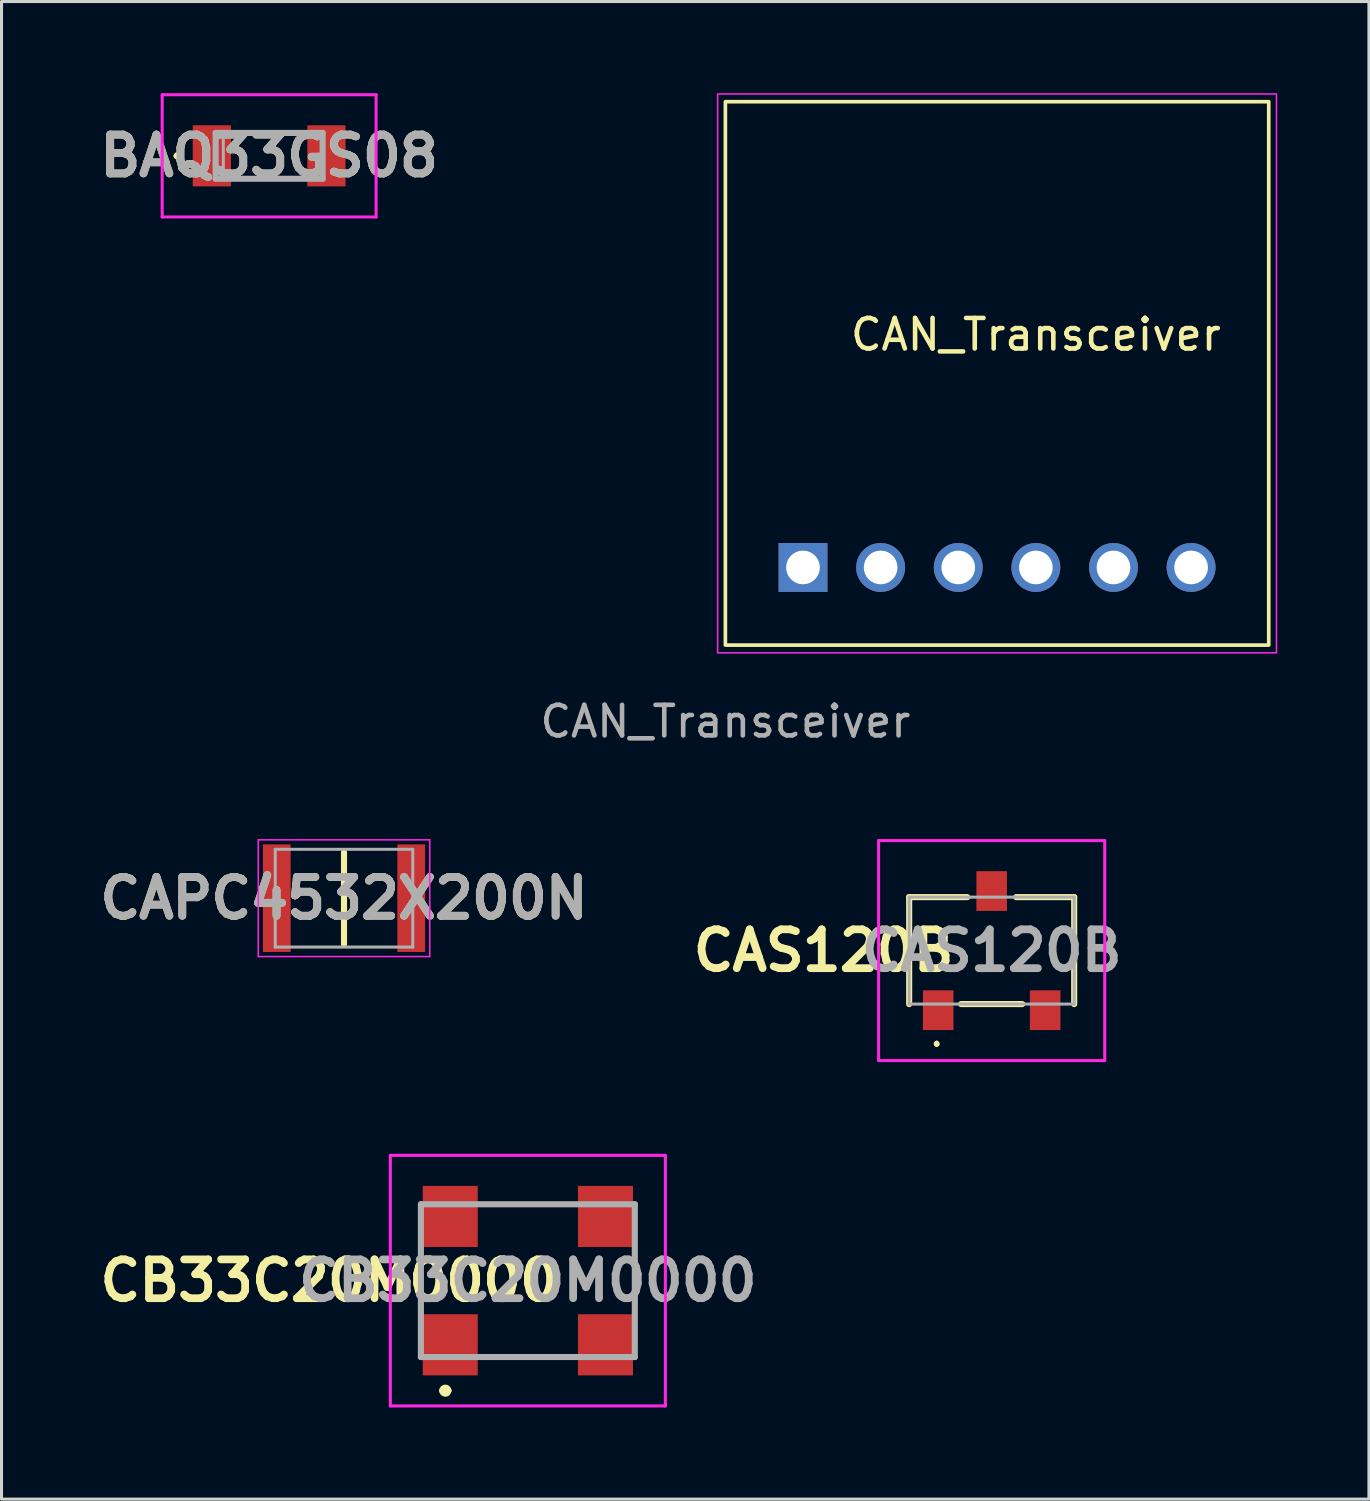
<source format=kicad_pcb>
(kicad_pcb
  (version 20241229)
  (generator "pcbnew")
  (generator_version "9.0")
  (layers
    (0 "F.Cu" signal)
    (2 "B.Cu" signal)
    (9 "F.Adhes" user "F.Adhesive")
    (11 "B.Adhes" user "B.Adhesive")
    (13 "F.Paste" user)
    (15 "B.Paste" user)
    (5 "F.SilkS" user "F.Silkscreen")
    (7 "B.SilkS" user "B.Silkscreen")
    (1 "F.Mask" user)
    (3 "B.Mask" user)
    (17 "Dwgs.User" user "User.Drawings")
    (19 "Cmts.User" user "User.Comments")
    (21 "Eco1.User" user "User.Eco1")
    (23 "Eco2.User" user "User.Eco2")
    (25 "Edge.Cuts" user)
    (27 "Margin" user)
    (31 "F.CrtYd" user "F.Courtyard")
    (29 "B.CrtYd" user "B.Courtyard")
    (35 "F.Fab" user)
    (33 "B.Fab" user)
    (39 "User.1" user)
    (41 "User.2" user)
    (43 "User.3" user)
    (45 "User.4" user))
  (footprint "CAPC4532X200N"
    (layer "F.Cu")
    (at 8.207 26.342)
    (property "Reference" "CAPC4532X200N" (at 0 0 0) (layer "F.SilkS") (effects (font (size 1.27 1.27) (thickness 0.254))))
    (attr smd)
    (fp_line (start 0 -1.5) (end 0 1.5) (stroke (width 0.2) (type solid)) (layer "F.SilkS"))
    (fp_line (start -2.805 -1.91) (end 2.805 -1.91) (stroke (width 0.05) (type solid)) (layer "F.CrtYd"))
    (fp_line (start -2.805 1.91) (end -2.805 -1.91) (stroke (width 0.05) (type solid)) (layer "F.CrtYd"))
    (fp_line (start 2.805 -1.91) (end 2.805 1.91) (stroke (width 0.05) (type solid)) (layer "F.CrtYd"))
    (fp_line (start 2.805 1.91) (end -2.805 1.91) (stroke (width 0.05) (type solid)) (layer "F.CrtYd"))
    (fp_line (start -2.25 -1.6) (end 2.25 -1.6) (stroke (width 0.1) (type solid)) (layer "F.Fab"))
    (fp_line (start -2.25 1.6) (end -2.25 -1.6) (stroke (width 0.1) (type solid)) (layer "F.Fab"))
    (fp_line (start 2.25 -1.6) (end 2.25 1.6) (stroke (width 0.1) (type solid)) (layer "F.Fab"))
    (fp_line (start 2.25 1.6) (end -2.25 1.6) (stroke (width 0.1) (type solid)) (layer "F.Fab"))
    (fp_text user "${REFERENCE}" (at 0 0 0) (layer "F.Fab") (effects (font (size 1.27 1.27) (thickness 0.254))))
    (pad "1" smd rect (at -2.2 0) (size 0.91 3.52) (layers "F.Cu" "F.Mask" "F.Paste"))
    (pad "2" smd rect (at 2.2 0) (size 0.91 3.52) (layers "F.Cu" "F.Mask" "F.Paste")))
  (footprint "CAS120B"
    (layer "F.Cu")
    (at 29.401 28.057)
    (property "Reference" "CAS120B" (at -5.5 0 0) (layer "F.SilkS") (effects (font (size 1.27 1.27) (thickness 0.254))))
    (attr smd)
    (fp_line (start -2.7 -1.75) (end -2.7 1.75) (stroke (width 0.2) (type solid)) (layer "F.SilkS"))
    (fp_line (start -1.8 3) (end -1.8 3) (stroke (width 0.1) (type solid)) (layer "F.SilkS"))
    (fp_line (start -1.8 3.1) (end -1.8 3.1) (stroke (width 0.1) (type solid)) (layer "F.SilkS"))
    (fp_line (start -1 1.75) (end 1 1.75) (stroke (width 0.2) (type solid)) (layer "F.SilkS"))
    (fp_line (start -0.8 -1.75) (end -2.7 -1.75) (stroke (width 0.2) (type solid)) (layer "F.SilkS"))
    (fp_line (start 0.8 -1.75) (end 2.7 -1.75) (stroke (width 0.2) (type solid)) (layer "F.SilkS"))
    (fp_line (start 2.7 -1.75) (end 2.7 1.75) (stroke (width 0.2) (type solid)) (layer "F.SilkS"))
    (fp_arc (start -1.8 3) (mid -1.75 3.05) (end -1.8 3.1) (stroke (width 0.1) (type solid)) (layer "F.SilkS"))
    (fp_arc (start -1.8 3.1) (mid -1.85 3.05) (end -1.8 3) (stroke (width 0.1) (type solid)) (layer "F.SilkS"))
    (fp_line (start -3.7 -3.6) (end 3.7 -3.6) (stroke (width 0.1) (type solid)) (layer "F.CrtYd"))
    (fp_line (start -3.7 3.6) (end -3.7 -3.6) (stroke (width 0.1) (type solid)) (layer "F.CrtYd"))
    (fp_line (start 3.7 -3.6) (end 3.7 3.6) (stroke (width 0.1) (type solid)) (layer "F.CrtYd"))
    (fp_line (start 3.7 3.6) (end -3.7 3.6) (stroke (width 0.1) (type solid)) (layer "F.CrtYd"))
    (fp_line (start -2.7 -1.75) (end 2.7 -1.75) (stroke (width 0.1) (type solid)) (layer "F.Fab"))
    (fp_line (start -2.7 1.75) (end -2.7 -1.75) (stroke (width 0.1) (type solid)) (layer "F.Fab"))
    (fp_line (start 2.7 -1.75) (end 2.7 1.75) (stroke (width 0.1) (type solid)) (layer "F.Fab"))
    (fp_line (start 2.7 1.75) (end -2.7 1.75) (stroke (width 0.1) (type solid)) (layer "F.Fab"))
    (fp_text user "${REFERENCE}" (at 0 0 0) (layer "F.Fab") (effects (font (size 1.27 1.27) (thickness 0.254))))
    (pad "1" smd rect (at -1.75 1.95) (size 1 1.3) (layers "F.Cu" "F.Mask" "F.Paste"))
    (pad "2" smd rect (at 0 -1.95) (size 1 1.3) (layers "F.Cu" "F.Mask" "F.Paste"))
    (pad "3" smd rect (at 1.75 1.95) (size 1 1.3) (layers "F.Cu" "F.Mask" "F.Paste")))
  (footprint "CAN_Transceiver"
    (layer "F.Cu")
    (at 20.687 18.059)
    (property "Reference" "CAN_Transceiver" (at 10.16 -10.16 0) (unlocked yes) (layer "F.SilkS") (effects (font (size 1 1) (thickness 0.15))))
    (attr through_hole)
    (fp_rect (start 0 -17.78) (end 17.78 0) (stroke (width 0.12) (type default)) (fill no) (layer "F.SilkS"))
    (fp_rect (start -0.254 -18.034) (end 18.034 0.254) (stroke (width 0.05) (type default)) (fill no) (layer "F.CrtYd"))
    (fp_text user "${REFERENCE}" (at 0 2.5 0) (unlocked yes) (layer "F.Fab") (effects (font (size 1 1) (thickness 0.15))))
    (pad "1" thru_hole rect (at 2.54 -2.54) (size 1.6 1.6) (drill 1.1) (layers "*.Cu" "*.Mask"))
    (pad "2" thru_hole circle (at 5.08 -2.54) (size 1.6 1.6) (drill 1.1) (layers "*.Cu" "*.Mask"))
    (pad "3" thru_hole circle (at 7.62 -2.54) (size 1.6 1.6) (drill 1.1) (layers "*.Cu" "*.Mask"))
    (pad "4" thru_hole circle (at 10.16 -2.54) (size 1.6 1.6) (drill 1.1) (layers "*.Cu" "*.Mask"))
    (pad "5" thru_hole circle (at 12.7 -2.54) (size 1.6 1.6) (drill 1.1) (layers "*.Cu" "*.Mask"))
    (pad "6" thru_hole circle (at 15.24 -2.54) (size 1.6 1.6) (drill 1.1) (layers "*.Cu" "*.Mask")))
  (footprint "BAQ33GS08"
    (layer "F.Cu")
    (at 5.757 2.05)
    (property "Reference" "BAQ33GS08" (at 0 0 0) (layer "F.SilkS") (effects (font (size 1.27 1.27) (thickness 0.254))))
    (attr smd)
    (fp_line (start -3.063 0) (end -3.063 0) (stroke (width 0.125) (type solid)) (layer "F.SilkS"))
    (fp_line (start -2.938 0) (end -2.938 0) (stroke (width 0.125) (type solid)) (layer "F.SilkS"))
    (fp_line (start -0.75 -0.75) (end 0.75 -0.75) (stroke (width 0.1) (type solid)) (layer "F.SilkS"))
    (fp_line (start -0.75 0.75) (end 0.75 0.75) (stroke (width 0.1) (type solid)) (layer "F.SilkS"))
    (fp_arc (start -3.063 0.001) (mid -3.001 -0.062) (end -2.938 0) (stroke (width 0.125) (type solid)) (layer "F.SilkS"))
    (fp_arc (start -2.938 -0.001) (mid -3 0.062) (end -3.063 0) (stroke (width 0.125) (type solid)) (layer "F.SilkS"))
    (fp_line (start -3.5 -2) (end 3.5 -2) (stroke (width 0.1) (type solid)) (layer "F.CrtYd"))
    (fp_line (start -3.5 2) (end -3.5 -2) (stroke (width 0.1) (type solid)) (layer "F.CrtYd"))
    (fp_line (start 3.5 -2) (end 3.5 2) (stroke (width 0.1) (type solid)) (layer "F.CrtYd"))
    (fp_line (start 3.5 2) (end -3.5 2) (stroke (width 0.1) (type solid)) (layer "F.CrtYd"))
    (fp_line (start -1.75 -0.75) (end -1.75 0.75) (stroke (width 0.2) (type solid)) (layer "F.Fab"))
    (fp_line (start -1.75 0.75) (end 1.75 0.75) (stroke (width 0.2) (type solid)) (layer "F.Fab"))
    (fp_line (start -1.5 -0.75) (end -1.5 0.75) (stroke (width 0.1) (type solid)) (layer "F.Fab"))
    (fp_line (start 1.75 -0.75) (end -1.75 -0.75) (stroke (width 0.2) (type solid)) (layer "F.Fab"))
    (fp_line (start 1.75 0.75) (end 1.75 -0.75) (stroke (width 0.2) (type solid)) (layer "F.Fab"))
    (fp_text user "${REFERENCE}" (at 0 0 0) (layer "F.Fab") (effects (font (size 1.27 1.27) (thickness 0.254))))
    (pad "1" smd rect (at -1.875 0) (size 1.25 2) (layers "F.Cu" "F.Mask" "F.Paste"))
    (pad "2" smd rect (at 1.875 0) (size 1.25 2) (layers "F.Cu" "F.Mask" "F.Paste")))
  (footprint "CB33C20M0000"
    (layer "F.Cu")
    (at 14.223 38.857)
    (property "Reference" "CB33C20M0000" (at -6.5 0 0) (layer "F.SilkS") (effects (font (size 1.27 1.27) (thickness 0.254))))
    (attr smd)
    (fp_line (start -2.8 3.6) (end -2.8 3.6) (stroke (width 0.2) (type solid)) (layer "F.SilkS"))
    (fp_line (start -2.6 3.6) (end -2.6 3.6) (stroke (width 0.2) (type solid)) (layer "F.SilkS"))
    (fp_arc (start -2.8 3.6) (mid -2.7 3.5) (end -2.6 3.6) (stroke (width 0.2) (type solid)) (layer "F.SilkS"))
    (fp_arc (start -2.6 3.6) (mid -2.7 3.7) (end -2.8 3.6) (stroke (width 0.2) (type solid)) (layer "F.SilkS"))
    (fp_line (start -4.5 -4.1) (end 4.5 -4.1) (stroke (width 0.1) (type solid)) (layer "F.CrtYd"))
    (fp_line (start -4.5 4.1) (end -4.5 -4.1) (stroke (width 0.1) (type solid)) (layer "F.CrtYd"))
    (fp_line (start 4.5 -4.1) (end 4.5 4.1) (stroke (width 0.1) (type solid)) (layer "F.CrtYd"))
    (fp_line (start 4.5 4.1) (end -4.5 4.1) (stroke (width 0.1) (type solid)) (layer "F.CrtYd"))
    (fp_line (start -3.5 -2.5) (end 3.5 -2.5) (stroke (width 0.2) (type solid)) (layer "F.Fab"))
    (fp_line (start -3.5 2.5) (end -3.5 -2.5) (stroke (width 0.2) (type solid)) (layer "F.Fab"))
    (fp_line (start 3.5 -2.5) (end 3.5 2.5) (stroke (width 0.2) (type solid)) (layer "F.Fab"))
    (fp_line (start 3.5 2.5) (end -3.5 2.5) (stroke (width 0.2) (type solid)) (layer "F.Fab"))
    (fp_text user "${REFERENCE}" (at 0 0 0) (layer "F.Fab") (effects (font (size 1.27 1.27) (thickness 0.254))))
    (pad "1" smd rect (at -2.54 2.1) (size 1.8 2) (layers "F.Cu" "F.Mask" "F.Paste"))
    (pad "2" smd rect (at 2.54 2.1) (size 1.8 2) (layers "F.Cu" "F.Mask" "F.Paste"))
    (pad "3" smd rect (at 2.54 -2.1) (size 1.8 2) (layers "F.Cu" "F.Mask" "F.Paste"))
    (pad "4" smd rect (at -2.54 -2.1) (size 1.8 2) (layers "F.Cu" "F.Mask" "F.Paste")))
  (gr_rect
    (start -3 -3)
    (end 41.746 46.007)
    (stroke (width 0.1) (type default))
    (fill no)
    (layer "Edge.Cuts")))
</source>
